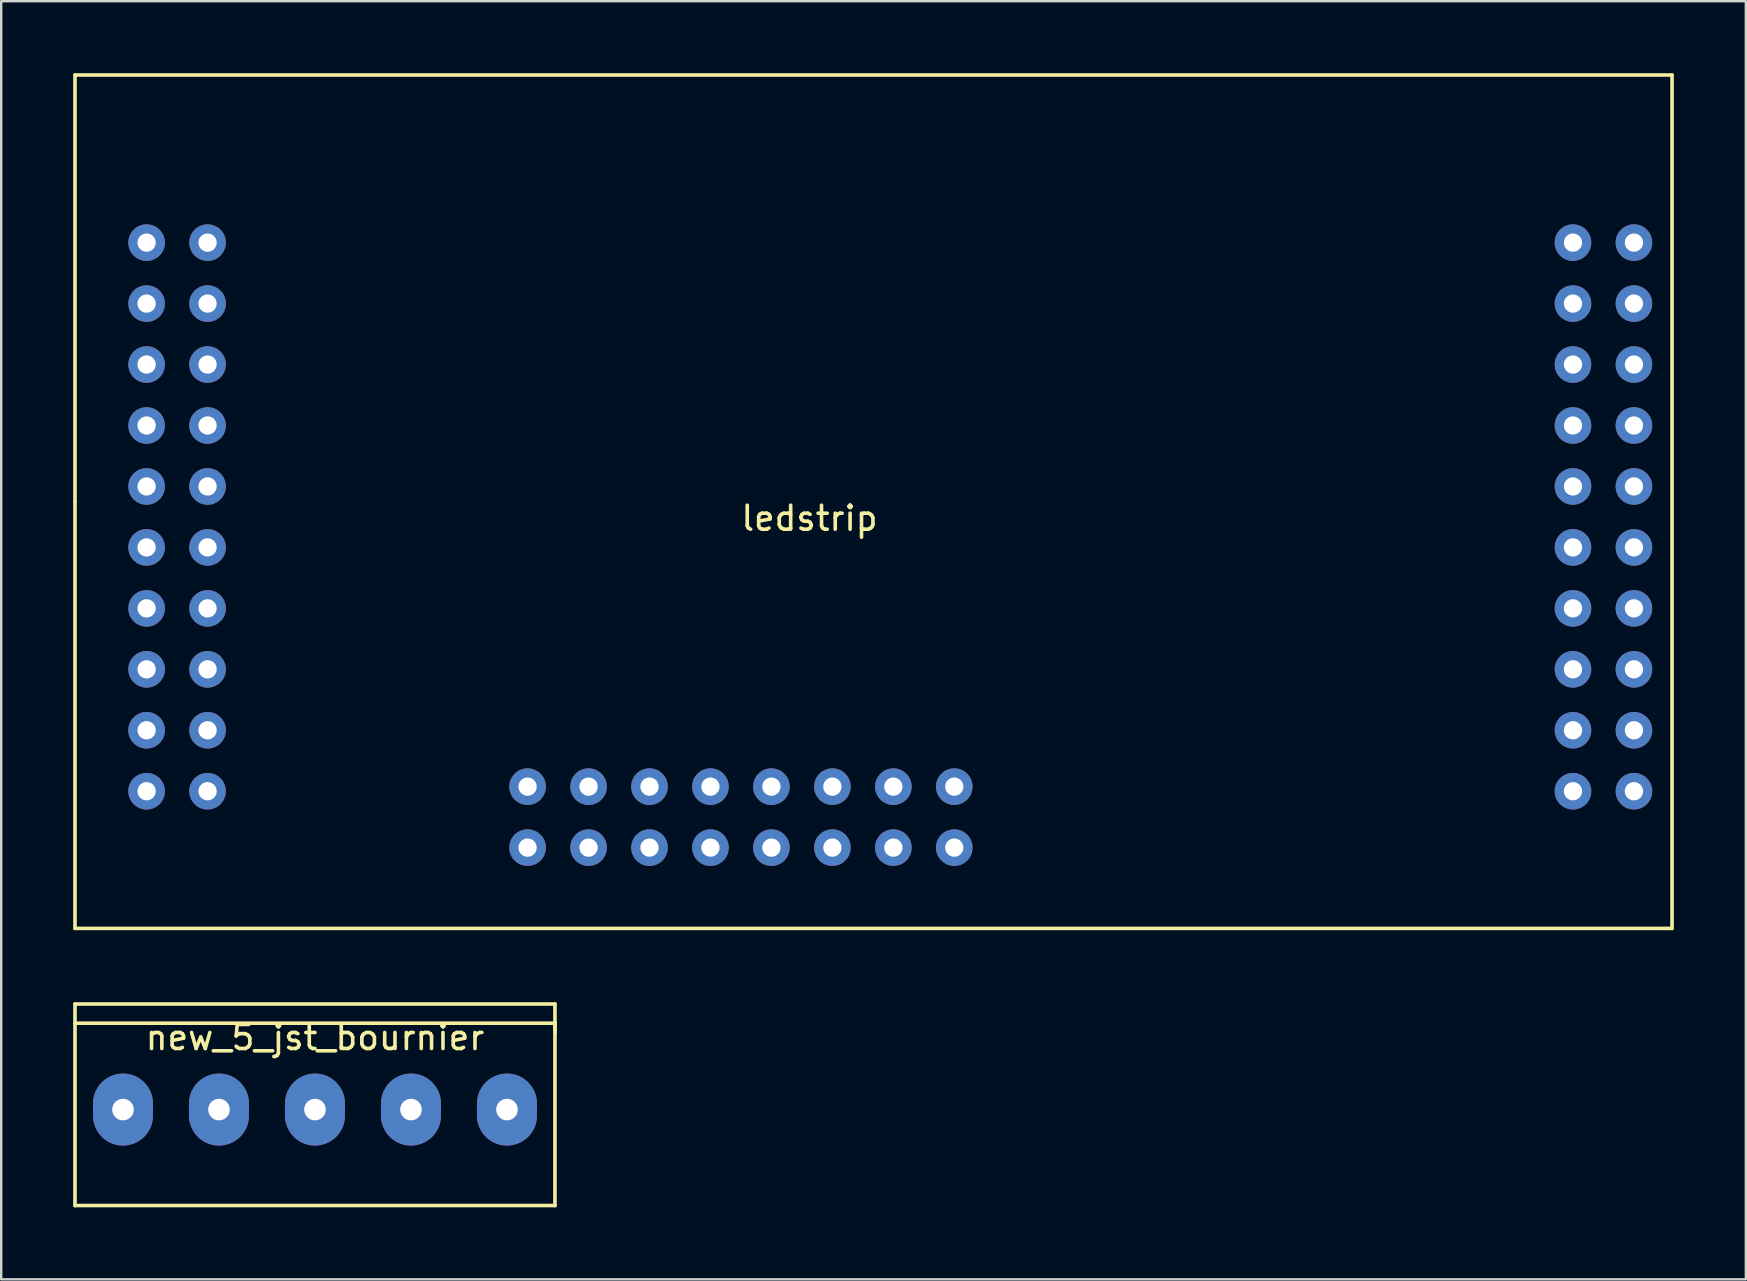
<source format=kicad_pcb>
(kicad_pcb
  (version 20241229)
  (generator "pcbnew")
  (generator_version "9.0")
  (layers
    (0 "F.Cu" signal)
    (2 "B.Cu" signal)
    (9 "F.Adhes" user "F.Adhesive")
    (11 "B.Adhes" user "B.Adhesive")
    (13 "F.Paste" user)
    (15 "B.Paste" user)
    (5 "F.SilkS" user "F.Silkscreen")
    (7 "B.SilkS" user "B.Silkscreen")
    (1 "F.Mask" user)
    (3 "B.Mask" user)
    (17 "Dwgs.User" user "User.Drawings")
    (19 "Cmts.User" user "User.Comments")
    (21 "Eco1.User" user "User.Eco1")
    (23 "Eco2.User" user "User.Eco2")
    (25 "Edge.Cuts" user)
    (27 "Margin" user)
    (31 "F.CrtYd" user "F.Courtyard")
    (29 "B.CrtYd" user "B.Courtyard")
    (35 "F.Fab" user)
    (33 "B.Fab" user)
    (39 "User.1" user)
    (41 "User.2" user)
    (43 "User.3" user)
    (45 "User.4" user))
  (footprint "new_5_jst_bournier"
    (layer "F.Cu")
    (at 5.075 43.185)
    (property "Reference" "new_5_jst_bournier" (at 5 -3 0) (layer "F.SilkS") (effects (font (size 1 1) (thickness 0.15))))
    (attr through_hole)
    (fp_line (start -5 -4.4) (end 15 -4.4) (stroke (width 0.15) (type solid)) (layer "F.SilkS"))
    (fp_line (start -5 -3.6) (end 15 -3.6) (stroke (width 0.15) (type solid)) (layer "F.SilkS"))
    (fp_line (start -5 4) (end -5 -4.4) (stroke (width 0.15) (type solid)) (layer "F.SilkS"))
    (fp_line (start 15 -4.4) (end 15 -3.2) (stroke (width 0.15) (type solid)) (layer "F.SilkS"))
    (fp_line (start 15 -3.6) (end 15 4) (stroke (width 0.15) (type solid)) (layer "F.SilkS"))
    (fp_line (start 15 4) (end -5 4) (stroke (width 0.15) (type solid)) (layer "F.SilkS"))
    (fp_line (start -5 -4.4) (end 15 -4.4) (stroke (width 0.15) (type solid)) (layer "B.Paste"))
    (fp_line (start -5 -3.6) (end -5 -4.4) (stroke (width 0.15) (type solid)) (layer "B.Paste"))
    (fp_line (start -5 -3.6) (end -5 4) (stroke (width 0.15) (type solid)) (layer "B.Paste"))
    (fp_line (start -5 -3.6) (end 15 -3.6) (stroke (width 0.15) (type solid)) (layer "B.Paste"))
    (fp_line (start -5 4) (end 15 4) (stroke (width 0.15) (type solid)) (layer "B.Paste"))
    (fp_line (start 5 3.8) (end 5 4) (stroke (width 0.15) (type solid)) (layer "B.Paste"))
    (fp_line (start 15 -4.4) (end 15 -3.2) (stroke (width 0.15) (type solid)) (layer "B.Paste"))
    (fp_line (start 15 4) (end 15 -3.6) (stroke (width 0.15) (type solid)) (layer "B.Paste"))
    (pad "1" thru_hole oval (at -3 0) (size 2.5 3) (drill 0.9) (layers "*.Cu" "*.Mask"))
    (pad "2" thru_hole oval (at 1 0) (size 2.5 3) (drill 0.9) (layers "*.Cu" "*.Mask"))
    (pad "3" thru_hole oval (at 5 0) (size 2.5 3) (drill 0.9) (layers "*.Cu" "*.Mask"))
    (pad "4" thru_hole oval (at 9 0) (size 2.5 3) (drill 0.9) (layers "*.Cu" "*.Mask"))
    (pad "5" thru_hole oval (at 13 0) (size 2.5 3) (drill 0.9) (layers "*.Cu" "*.Mask")))
  (footprint "ledstrip"
    (layer "F.Cu")
    (at 33.349 17.855)
    (property "Reference" "ledstrip" (at -2.667 0.691 0) (layer "F.SilkS") (effects (font (size 1 1) (thickness 0.15))))
    (attr through_hole)
    (fp_line (start -33.274 -17.78) (end -33.274 0) (stroke (width 0.15) (type solid)) (layer "F.SilkS"))
    (fp_line (start -33.274 0) (end -33.274 17.78) (stroke (width 0.15) (type solid)) (layer "F.SilkS"))
    (fp_line (start -33.274 17.78) (end 33.274 17.78) (stroke (width 0.15) (type solid)) (layer "F.SilkS"))
    (fp_line (start 33.274 -17.78) (end -33.274 -17.78) (stroke (width 0.15) (type solid)) (layer "F.SilkS"))
    (fp_line (start 33.274 17.78) (end 33.274 -17.78) (stroke (width 0.15) (type solid)) (layer "F.SilkS"))
    (pad "1" thru_hole circle (at -30.29 -10.795) (size 1.524 1.524) (drill 0.762) (layers "*.Cu" "*.Mask"))
    (pad "1" thru_hole circle (at -30.29 -8.255) (size 1.524 1.524) (drill 0.762) (layers "*.Cu" "*.Mask"))
    (pad "1" thru_hole circle (at -30.29 -5.715) (size 1.524 1.524) (drill 0.762) (layers "*.Cu" "*.Mask"))
    (pad "1" thru_hole circle (at -30.29 -3.175) (size 1.524 1.524) (drill 0.762) (layers "*.Cu" "*.Mask"))
    (pad "1" thru_hole circle (at -30.29 -0.635) (size 1.524 1.524) (drill 0.762) (layers "*.Cu" "*.Mask"))
    (pad "1" thru_hole circle (at -30.29 1.905) (size 1.524 1.524) (drill 0.762) (layers "*.Cu" "*.Mask"))
    (pad "1" thru_hole circle (at -30.29 4.445) (size 1.524 1.524) (drill 0.762) (layers "*.Cu" "*.Mask"))
    (pad "1" thru_hole circle (at -30.29 6.985) (size 1.524 1.524) (drill 0.762) (layers "*.Cu" "*.Mask"))
    (pad "1" thru_hole circle (at -30.29 9.525) (size 1.524 1.524) (drill 0.762) (layers "*.Cu" "*.Mask"))
    (pad "1" thru_hole circle (at -30.29 12.065) (size 1.524 1.524) (drill 0.762) (layers "*.Cu" "*.Mask"))
    (pad "1" thru_hole circle (at -27.75 -10.795) (size 1.524 1.524) (drill 0.762) (layers "*.Cu" "*.Mask"))
    (pad "1" thru_hole circle (at -27.75 -8.255) (size 1.524 1.524) (drill 0.762) (layers "*.Cu" "*.Mask"))
    (pad "1" thru_hole circle (at -27.75 -5.715) (size 1.524 1.524) (drill 0.762) (layers "*.Cu" "*.Mask"))
    (pad "1" thru_hole circle (at -27.75 -3.175) (size 1.524 1.524) (drill 0.762) (layers "*.Cu" "*.Mask"))
    (pad "1" thru_hole circle (at -27.75 -0.635) (size 1.524 1.524) (drill 0.762) (layers "*.Cu" "*.Mask"))
    (pad "1" thru_hole circle (at -27.75 1.905) (size 1.524 1.524) (drill 0.762) (layers "*.Cu" "*.Mask"))
    (pad "1" thru_hole circle (at -27.75 4.445) (size 1.524 1.524) (drill 0.762) (layers "*.Cu" "*.Mask"))
    (pad "1" thru_hole circle (at -27.75 6.985) (size 1.524 1.524) (drill 0.762) (layers "*.Cu" "*.Mask"))
    (pad "1" thru_hole circle (at -27.75 9.525) (size 1.524 1.524) (drill 0.762) (layers "*.Cu" "*.Mask"))
    (pad "1" thru_hole circle (at -27.75 12.065) (size 1.524 1.524) (drill 0.762) (layers "*.Cu" "*.Mask"))
    (pad "2" thru_hole circle (at 29.146 -10.795) (size 1.524 1.524) (drill 0.762) (layers "*.Cu" "*.Mask"))
    (pad "2" thru_hole circle (at 29.146 -8.255) (size 1.524 1.524) (drill 0.762) (layers "*.Cu" "*.Mask"))
    (pad "2" thru_hole circle (at 29.146 -5.715) (size 1.524 1.524) (drill 0.762) (layers "*.Cu" "*.Mask"))
    (pad "2" thru_hole circle (at 29.146 -3.175) (size 1.524 1.524) (drill 0.762) (layers "*.Cu" "*.Mask"))
    (pad "2" thru_hole circle (at 29.146 -0.635) (size 1.524 1.524) (drill 0.762) (layers "*.Cu" "*.Mask"))
    (pad "2" thru_hole circle (at 29.146 1.905) (size 1.524 1.524) (drill 0.762) (layers "*.Cu" "*.Mask"))
    (pad "2" thru_hole circle (at 29.146 4.445) (size 1.524 1.524) (drill 0.762) (layers "*.Cu" "*.Mask"))
    (pad "2" thru_hole circle (at 29.146 6.985) (size 1.524 1.524) (drill 0.762) (layers "*.Cu" "*.Mask"))
    (pad "2" thru_hole circle (at 29.146 9.525) (size 1.524 1.524) (drill 0.762) (layers "*.Cu" "*.Mask"))
    (pad "2" thru_hole circle (at 29.146 12.065) (size 1.524 1.524) (drill 0.762) (layers "*.Cu" "*.Mask"))
    (pad "2" thru_hole circle (at 31.686 -10.795) (size 1.524 1.524) (drill 0.762) (layers "*.Cu" "*.Mask"))
    (pad "2" thru_hole circle (at 31.686 -8.255) (size 1.524 1.524) (drill 0.762) (layers "*.Cu" "*.Mask"))
    (pad "2" thru_hole circle (at 31.686 -5.715) (size 1.524 1.524) (drill 0.762) (layers "*.Cu" "*.Mask"))
    (pad "2" thru_hole circle (at 31.686 -3.175) (size 1.524 1.524) (drill 0.762) (layers "*.Cu" "*.Mask"))
    (pad "2" thru_hole circle (at 31.686 -0.635) (size 1.524 1.524) (drill 0.762) (layers "*.Cu" "*.Mask"))
    (pad "2" thru_hole circle (at 31.686 1.905) (size 1.524 1.524) (drill 0.762) (layers "*.Cu" "*.Mask"))
    (pad "2" thru_hole circle (at 31.686 4.445) (size 1.524 1.524) (drill 0.762) (layers "*.Cu" "*.Mask"))
    (pad "2" thru_hole circle (at 31.686 6.985) (size 1.524 1.524) (drill 0.762) (layers "*.Cu" "*.Mask"))
    (pad "2" thru_hole circle (at 31.686 9.525) (size 1.524 1.524) (drill 0.762) (layers "*.Cu" "*.Mask"))
    (pad "2" thru_hole circle (at 31.686 12.065) (size 1.524 1.524) (drill 0.762) (layers "*.Cu" "*.Mask"))
    (pad "3" thru_hole circle (at -14.415 11.874) (size 1.524 1.524) (drill 0.762) (layers "*.Cu" "*.Mask"))
    (pad "3" thru_hole circle (at -14.415 14.415) (size 1.524 1.524) (drill 0.762) (layers "*.Cu" "*.Mask"))
    (pad "4" thru_hole circle (at -11.874 11.874) (size 1.524 1.524) (drill 0.762) (layers "*.Cu" "*.Mask"))
    (pad "4" thru_hole circle (at -11.874 14.415) (size 1.524 1.524) (drill 0.762) (layers "*.Cu" "*.Mask"))
    (pad "5" thru_hole circle (at -9.335 11.874) (size 1.524 1.524) (drill 0.762) (layers "*.Cu" "*.Mask"))
    (pad "5" thru_hole circle (at -9.335 14.415) (size 1.524 1.524) (drill 0.762) (layers "*.Cu" "*.Mask"))
    (pad "6" thru_hole circle (at -6.795 11.874) (size 1.524 1.524) (drill 0.762) (layers "*.Cu" "*.Mask"))
    (pad "6" thru_hole circle (at -6.795 14.415) (size 1.524 1.524) (drill 0.762) (layers "*.Cu" "*.Mask"))
    (pad "7" thru_hole circle (at -4.255 11.874) (size 1.524 1.524) (drill 0.762) (layers "*.Cu" "*.Mask"))
    (pad "7" thru_hole circle (at -4.255 14.415) (size 1.524 1.524) (drill 0.762) (layers "*.Cu" "*.Mask"))
    (pad "8" thru_hole circle (at -1.714 11.874) (size 1.524 1.524) (drill 0.762) (layers "*.Cu" "*.Mask"))
    (pad "8" thru_hole circle (at -1.714 14.415) (size 1.524 1.524) (drill 0.762) (layers "*.Cu" "*.Mask"))
    (pad "9" thru_hole circle (at 0.826 11.874) (size 1.524 1.524) (drill 0.762) (layers "*.Cu" "*.Mask"))
    (pad "9" thru_hole circle (at 0.826 14.415) (size 1.524 1.524) (drill 0.762) (layers "*.Cu" "*.Mask"))
    (pad "10" thru_hole circle (at 3.365 11.874) (size 1.524 1.524) (drill 0.762) (layers "*.Cu" "*.Mask"))
    (pad "10" thru_hole circle (at 3.365 14.415) (size 1.524 1.524) (drill 0.762) (layers "*.Cu" "*.Mask")))
  (gr_rect
    (start -3 -3)
    (end 69.698 50.26)
    (stroke (width 0.1) (type default))
    (fill no)
    (layer "Edge.Cuts")))
</source>
